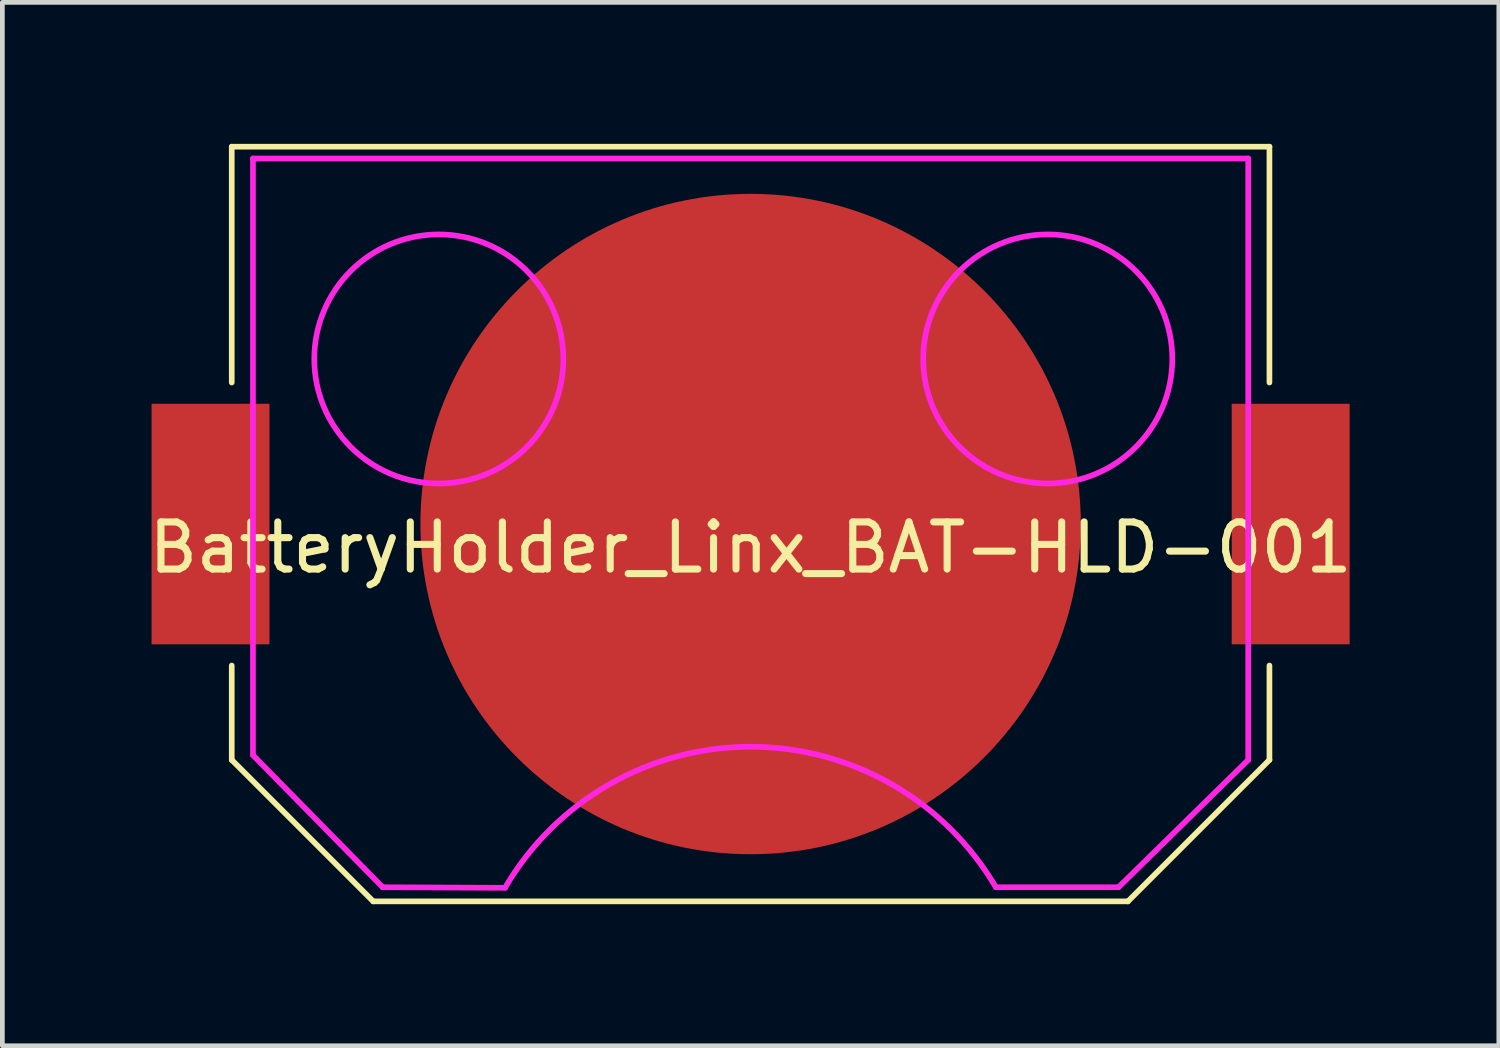
<source format=kicad_pcb>
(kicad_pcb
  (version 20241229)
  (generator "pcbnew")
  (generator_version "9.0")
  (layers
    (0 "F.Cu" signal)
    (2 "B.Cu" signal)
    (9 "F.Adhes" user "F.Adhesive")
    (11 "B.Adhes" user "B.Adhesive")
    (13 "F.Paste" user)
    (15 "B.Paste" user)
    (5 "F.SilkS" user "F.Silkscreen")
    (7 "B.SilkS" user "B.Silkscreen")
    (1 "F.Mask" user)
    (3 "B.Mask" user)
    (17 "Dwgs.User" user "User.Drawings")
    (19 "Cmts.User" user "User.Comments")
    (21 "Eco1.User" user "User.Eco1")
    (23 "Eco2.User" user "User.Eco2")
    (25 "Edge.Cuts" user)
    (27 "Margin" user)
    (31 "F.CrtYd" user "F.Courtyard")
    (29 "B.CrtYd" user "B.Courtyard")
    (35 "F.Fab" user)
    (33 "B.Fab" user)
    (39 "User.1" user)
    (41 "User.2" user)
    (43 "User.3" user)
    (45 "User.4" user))
  (footprint "BatteryHolder_Linx_BAT-HLD-001"
    (layer "F.Cu")
    (at 12.863 8.06)
    (property "Reference" "BatteryHolder_Linx_BAT-HLD-001" (at 0 0.5 0) (layer "F.SilkS") (effects (font (size 1 1) (thickness 0.15))))
    (attr through_hole)
    (fp_line (start -11 -8) (end 11 -8) (stroke (width 0.12) (type solid)) (layer "F.SilkS"))
    (fp_line (start -11 -3) (end -11 -8) (stroke (width 0.12) (type solid)) (layer "F.SilkS"))
    (fp_line (start -11 3) (end -11 5) (stroke (width 0.12) (type solid)) (layer "F.SilkS"))
    (fp_line (start -11 5) (end -8 8) (stroke (width 0.12) (type solid)) (layer "F.SilkS"))
    (fp_line (start -8 8) (end 8 8) (stroke (width 0.12) (type solid)) (layer "F.SilkS"))
    (fp_line (start 8 8) (end 11 5) (stroke (width 0.12) (type solid)) (layer "F.SilkS"))
    (fp_line (start 11 -8) (end 11 -3) (stroke (width 0.12) (type solid)) (layer "F.SilkS"))
    (fp_line (start 11 5) (end 11 3) (stroke (width 0.12) (type solid)) (layer "F.SilkS"))
    (fp_line (start -10.55 -7.75) (end 10.55 -7.75) (stroke (width 0.12) (type solid)) (layer "F.CrtYd"))
    (fp_line (start -10.55 4.9) (end -10.55 -7.75) (stroke (width 0.12) (type solid)) (layer "F.CrtYd"))
    (fp_line (start -10.55 4.9) (end -7.8 7.7) (stroke (width 0.12) (type solid)) (layer "F.CrtYd"))
    (fp_line (start -5.207 7.712) (end -7.8 7.7) (stroke (width 0.12) (type solid)) (layer "F.CrtYd"))
    (fp_line (start 7.8 7.7) (end 5.2 7.7) (stroke (width 0.12) (type solid)) (layer "F.CrtYd"))
    (fp_line (start 10.55 -7.75) (end 10.55 5) (stroke (width 0.12) (type solid)) (layer "F.CrtYd"))
    (fp_line (start 10.55 5) (end 7.8 7.7) (stroke (width 0.12) (type solid)) (layer "F.CrtYd"))
    (fp_arc (start -5.207229 7.712359) (mid -0.007159 4.72153) (end 5.2 7.7) (stroke (width 0.12) (type solid)) (layer "F.CrtYd"))
    (fp_circle (center -6.61 -3.5) (end -5.01 -1.4) (stroke (width 0.12) (type solid)) (fill no) (layer "F.CrtYd"))
    (fp_circle (center 6.3 -3.5) (end 7.9 -1.4) (stroke (width 0.12) (type solid)) (fill no) (layer "F.CrtYd"))
    (pad "1" smd rect (at -11.45 0) (size 2.5 5.1) (layers "F.Cu" "F.Mask" "F.Paste"))
    (pad "1" smd rect (at 11.45 0) (size 2.5 5.1) (layers "F.Cu" "F.Mask" "F.Paste"))
    (pad "2" smd circle (at 0 0) (size 14 14) (layers "F.Cu" "F.Mask" "F.Paste")))
  (gr_rect
    (start -3 -3)
    (end 28.726 19.12)
    (stroke (width 0.1) (type default))
    (fill no)
    (layer "Edge.Cuts")))
</source>
